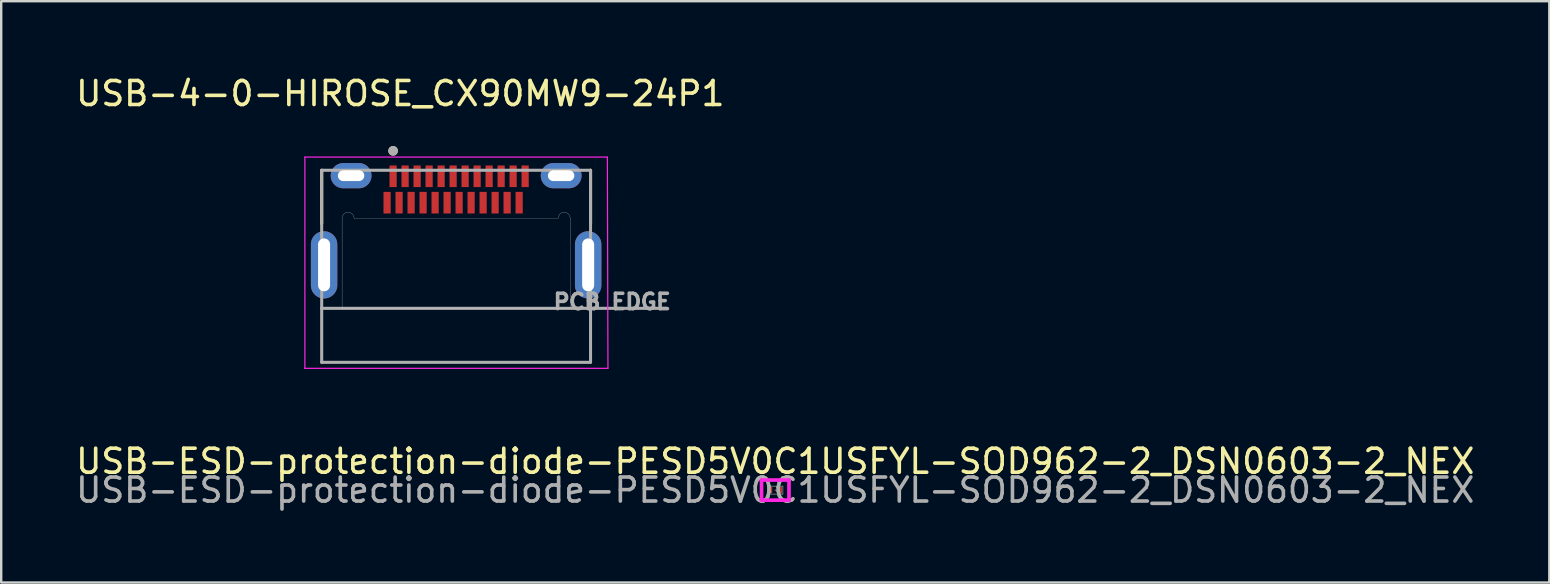
<source format=kicad_pcb>
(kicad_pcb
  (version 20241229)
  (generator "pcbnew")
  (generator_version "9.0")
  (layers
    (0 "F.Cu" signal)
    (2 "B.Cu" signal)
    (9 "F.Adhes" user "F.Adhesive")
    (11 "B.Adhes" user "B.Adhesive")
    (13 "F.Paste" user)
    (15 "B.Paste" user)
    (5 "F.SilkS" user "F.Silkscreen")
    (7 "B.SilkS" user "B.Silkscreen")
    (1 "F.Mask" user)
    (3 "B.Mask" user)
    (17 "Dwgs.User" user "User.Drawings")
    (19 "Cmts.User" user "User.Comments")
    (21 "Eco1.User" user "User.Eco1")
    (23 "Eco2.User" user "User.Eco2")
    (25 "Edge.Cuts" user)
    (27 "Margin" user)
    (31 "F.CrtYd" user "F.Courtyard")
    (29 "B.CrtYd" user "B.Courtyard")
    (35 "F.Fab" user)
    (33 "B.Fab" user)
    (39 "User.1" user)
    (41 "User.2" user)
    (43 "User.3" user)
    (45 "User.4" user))
  (footprint "USB-4-0-HIROSE_CX90MW9-24P1"
    (layer "F.Cu")
    (at 15.95 7.983)
    (property "Reference" "USB-4-0-HIROSE_CX90MW9-24P1" (at -2.325 -7.135 0) (layer "F.SilkS") (effects (font (size 1 1) (thickness 0.15))))
    (attr smd)
    (fp_poly (pts (xy -3.075 -3.09) (xy -2.675 -3.09) (xy -2.675 -2.09) (xy -3.075 -2.09)) (stroke (width 0.01) (type solid)) (fill yes) (layer "F.Mask"))
    (fp_poly (pts (xy -2.825 -4.19) (xy -2.425 -4.19) (xy -2.425 -3.19) (xy -2.825 -3.19)) (stroke (width 0.01) (type solid)) (fill yes) (layer "F.Mask"))
    (fp_poly (pts (xy -2.575 -3.09) (xy -2.175 -3.09) (xy -2.175 -2.09) (xy -2.575 -2.09)) (stroke (width 0.01) (type solid)) (fill yes) (layer "F.Mask"))
    (fp_poly (pts (xy -2.325 -4.19) (xy -1.925 -4.19) (xy -1.925 -3.19) (xy -2.325 -3.19)) (stroke (width 0.01) (type solid)) (fill yes) (layer "F.Mask"))
    (fp_poly (pts (xy -2.075 -3.09) (xy -1.675 -3.09) (xy -1.675 -2.09) (xy -2.075 -2.09)) (stroke (width 0.01) (type solid)) (fill yes) (layer "F.Mask"))
    (fp_poly (pts (xy -1.825 -4.19) (xy -1.425 -4.19) (xy -1.425 -3.19) (xy -1.825 -3.19)) (stroke (width 0.01) (type solid)) (fill yes) (layer "F.Mask"))
    (fp_poly (pts (xy -1.575 -3.09) (xy -1.175 -3.09) (xy -1.175 -2.09) (xy -1.575 -2.09)) (stroke (width 0.01) (type solid)) (fill yes) (layer "F.Mask"))
    (fp_poly (pts (xy -1.325 -4.19) (xy -0.925 -4.19) (xy -0.925 -3.19) (xy -1.325 -3.19)) (stroke (width 0.01) (type solid)) (fill yes) (layer "F.Mask"))
    (fp_poly (pts (xy -1.075 -3.09) (xy -0.675 -3.09) (xy -0.675 -2.09) (xy -1.075 -2.09)) (stroke (width 0.01) (type solid)) (fill yes) (layer "F.Mask"))
    (fp_poly (pts (xy -0.825 -4.19) (xy -0.425 -4.19) (xy -0.425 -3.19) (xy -0.825 -3.19)) (stroke (width 0.01) (type solid)) (fill yes) (layer "F.Mask"))
    (fp_poly (pts (xy -0.575 -3.09) (xy -0.175 -3.09) (xy -0.175 -2.09) (xy -0.575 -2.09)) (stroke (width 0.01) (type solid)) (fill yes) (layer "F.Mask"))
    (fp_poly (pts (xy -0.325 -4.19) (xy 0.075 -4.19) (xy 0.075 -3.19) (xy -0.325 -3.19)) (stroke (width 0.01) (type solid)) (fill yes) (layer "F.Mask"))
    (fp_poly (pts (xy -0.075 -3.09) (xy 0.325 -3.09) (xy 0.325 -2.09) (xy -0.075 -2.09)) (stroke (width 0.01) (type solid)) (fill yes) (layer "F.Mask"))
    (fp_poly (pts (xy 0.175 -4.19) (xy 0.575 -4.19) (xy 0.575 -3.19) (xy 0.175 -3.19)) (stroke (width 0.01) (type solid)) (fill yes) (layer "F.Mask"))
    (fp_poly (pts (xy 0.425 -3.09) (xy 0.825 -3.09) (xy 0.825 -2.09) (xy 0.425 -2.09)) (stroke (width 0.01) (type solid)) (fill yes) (layer "F.Mask"))
    (fp_poly (pts (xy 0.675 -4.19) (xy 1.075 -4.19) (xy 1.075 -3.19) (xy 0.675 -3.19)) (stroke (width 0.01) (type solid)) (fill yes) (layer "F.Mask"))
    (fp_poly (pts (xy 0.925 -3.09) (xy 1.325 -3.09) (xy 1.325 -2.09) (xy 0.925 -2.09)) (stroke (width 0.01) (type solid)) (fill yes) (layer "F.Mask"))
    (fp_poly (pts (xy 1.175 -4.19) (xy 1.575 -4.19) (xy 1.575 -3.19) (xy 1.175 -3.19)) (stroke (width 0.01) (type solid)) (fill yes) (layer "F.Mask"))
    (fp_poly (pts (xy 1.425 -3.09) (xy 1.825 -3.09) (xy 1.825 -2.09) (xy 1.425 -2.09)) (stroke (width 0.01) (type solid)) (fill yes) (layer "F.Mask"))
    (fp_poly (pts (xy 1.675 -4.19) (xy 2.075 -4.19) (xy 2.075 -3.19) (xy 1.675 -3.19)) (stroke (width 0.01) (type solid)) (fill yes) (layer "F.Mask"))
    (fp_poly (pts (xy 1.925 -3.09) (xy 2.325 -3.09) (xy 2.325 -2.09) (xy 1.925 -2.09)) (stroke (width 0.01) (type solid)) (fill yes) (layer "F.Mask"))
    (fp_poly (pts (xy 2.175 -4.19) (xy 2.575 -4.19) (xy 2.575 -3.19) (xy 2.175 -3.19)) (stroke (width 0.01) (type solid)) (fill yes) (layer "F.Mask"))
    (fp_poly (pts (xy 2.425 -3.09) (xy 2.825 -3.09) (xy 2.825 -2.09) (xy 2.425 -2.09)) (stroke (width 0.01) (type solid)) (fill yes) (layer "F.Mask"))
    (fp_poly (pts (xy 2.675 -4.19) (xy 3.075 -4.19) (xy 3.075 -3.19) (xy 2.675 -3.19)) (stroke (width 0.01) (type solid)) (fill yes) (layer "F.Mask"))
    (fp_line (start -5.6 -1.72) (end -5.6 -3.94) (stroke (width 0.127) (type solid)) (layer "F.SilkS"))
    (fp_line (start 5.6 -3.94) (end 5.6 -1.72) (stroke (width 0.127) (type solid)) (layer "F.SilkS"))
    (fp_circle (center -2.625 -4.75) (end -2.525 -4.75) (stroke (width 0.2) (type solid)) (fill no) (layer "F.SilkS"))
    (fp_line (start -4.75 -1.94) (end -4.75 1.81) (stroke (width 0.01) (type solid)) (layer "Edge.Cuts"))
    (fp_line (start -4.75 1.81) (end 4.75 1.81) (stroke (width 0.01) (type solid)) (layer "Edge.Cuts"))
    (fp_line (start 4.25 -1.94) (end -4.25 -1.94) (stroke (width 0.01) (type solid)) (layer "Edge.Cuts"))
    (fp_line (start 4.75 1.81) (end 4.75 -1.94) (stroke (width 0.01) (type solid)) (layer "Edge.Cuts"))
    (fp_arc (start -4.75 -1.94) (mid -4.676777 -2.116777) (end -4.5 -2.19) (stroke (width 0.01) (type solid)) (layer "Edge.Cuts"))
    (fp_arc (start -4.5 -2.19) (mid -4.323223 -2.116777) (end -4.25 -1.94) (stroke (width 0.01) (type solid)) (layer "Edge.Cuts"))
    (fp_arc (start 4.25 -1.94) (mid 4.323223 -2.116777) (end 4.5 -2.19) (stroke (width 0.01) (type solid)) (layer "Edge.Cuts"))
    (fp_arc (start 4.5 -2.19) (mid 4.676777 -2.116777) (end 4.75 -1.94) (stroke (width 0.01) (type solid)) (layer "Edge.Cuts"))
    (fp_line (start -6.3 -4.49) (end 6.3 -4.49) (stroke (width 0.05) (type solid)) (layer "F.CrtYd"))
    (fp_line (start -6.3 4.31) (end -6.3 -4.49) (stroke (width 0.05) (type solid)) (layer "F.CrtYd"))
    (fp_line (start 6.3 -4.49) (end 6.325 4.31) (stroke (width 0.05) (type solid)) (layer "F.CrtYd"))
    (fp_line (start 6.325 4.31) (end -6.3 4.31) (stroke (width 0.05) (type solid)) (layer "F.CrtYd"))
    (fp_line (start -5.6 -3.94) (end 5.6 -3.94) (stroke (width 0.127) (type solid)) (layer "F.Fab"))
    (fp_line (start -5.6 1.81) (end -5.6 -3.94) (stroke (width 0.127) (type solid)) (layer "F.Fab"))
    (fp_line (start -5.6 1.81) (end 8.75 1.81) (stroke (width 0.127) (type solid)) (layer "F.Fab"))
    (fp_line (start -5.6 4.06) (end -5.6 1.81) (stroke (width 0.127) (type solid)) (layer "F.Fab"))
    (fp_line (start 5.6 -3.94) (end 5.6 4.06) (stroke (width 0.127) (type solid)) (layer "F.Fab"))
    (fp_line (start 5.6 4.06) (end -5.6 4.06) (stroke (width 0.127) (type solid)) (layer "F.Fab"))
    (fp_circle (center -2.625 -4.75) (end -2.525 -4.75) (stroke (width 0.2) (type solid)) (fill no) (layer "F.Fab"))
    (fp_text user "PCB EDGE" (at 6.5 1.535 0) (layer "F.Fab") (effects (font (size 0.64 0.64) (thickness 0.15))))
    (pad "A1" smd rect (at -2.625 -3.69) (size 0.3 0.9) (layers "F.Cu" "F.Paste"))
    (pad "A2" smd rect (at -2.125 -3.69) (size 0.3 0.9) (layers "F.Cu" "F.Paste"))
    (pad "A3" smd rect (at -1.625 -3.69) (size 0.3 0.9) (layers "F.Cu" "F.Paste"))
    (pad "A4" smd rect (at -1.125 -3.69) (size 0.3 0.9) (layers "F.Cu" "F.Paste"))
    (pad "A5" smd rect (at -0.625 -3.69) (size 0.3 0.9) (layers "F.Cu" "F.Paste"))
    (pad "A6" smd rect (at -0.125 -3.69) (size 0.3 0.9) (layers "F.Cu" "F.Paste"))
    (pad "A7" smd rect (at 0.375 -3.69) (size 0.3 0.9) (layers "F.Cu" "F.Paste"))
    (pad "A8" smd rect (at 0.875 -3.69) (size 0.3 0.9) (layers "F.Cu" "F.Paste"))
    (pad "A9" smd rect (at 1.375 -3.69) (size 0.3 0.9) (layers "F.Cu" "F.Paste"))
    (pad "A10" smd rect (at 1.875 -3.69) (size 0.3 0.9) (layers "F.Cu" "F.Paste"))
    (pad "A11" smd rect (at 2.375 -3.69) (size 0.3 0.9) (layers "F.Cu" "F.Paste"))
    (pad "A12" smd rect (at 2.875 -3.69) (size 0.3 0.9) (layers "F.Cu" "F.Paste"))
    (pad "B1" smd rect (at 2.625 -2.59) (size 0.3 0.9) (layers "F.Cu" "F.Paste"))
    (pad "B2" smd rect (at 2.125 -2.59) (size 0.3 0.9) (layers "F.Cu" "F.Paste"))
    (pad "B3" smd rect (at 1.625 -2.59) (size 0.3 0.9) (layers "F.Cu" "F.Paste"))
    (pad "B4" smd rect (at 1.125 -2.59) (size 0.3 0.9) (layers "F.Cu" "F.Paste"))
    (pad "B5" smd rect (at 0.625 -2.59) (size 0.3 0.9) (layers "F.Cu" "F.Paste"))
    (pad "B6" smd rect (at 0.125 -2.59) (size 0.3 0.9) (layers "F.Cu" "F.Paste"))
    (pad "B7" smd rect (at -0.375 -2.59) (size 0.3 0.9) (layers "F.Cu" "F.Paste"))
    (pad "B8" smd rect (at -0.875 -2.59) (size 0.3 0.9) (layers "F.Cu" "F.Paste"))
    (pad "B9" smd rect (at -1.375 -2.59) (size 0.3 0.9) (layers "F.Cu" "F.Paste"))
    (pad "B10" smd rect (at -1.875 -2.59) (size 0.3 0.9) (layers "F.Cu" "F.Paste"))
    (pad "B11" smd rect (at -2.375 -2.59) (size 0.3 0.9) (layers "F.Cu" "F.Paste"))
    (pad "B12" smd rect (at -2.875 -2.59) (size 0.3 0.9) (layers "F.Cu" "F.Paste"))
    (pad "SH1" thru_hole oval (at -4.375 -3.715) (size 1.7 1.05) (drill oval 1.1 0.45) (layers "*.Cu" "*.Mask"))
    (pad "SH2" thru_hole oval (at 4.375 -3.715) (size 1.7 1.05) (drill oval 1.1 0.45) (layers "*.Cu" "*.Mask"))
    (pad "SH3" thru_hole oval (at -5.5 0) (size 1.1 2.8) (drill oval 0.5 2.2) (layers "*.Cu" "*.Mask"))
    (pad "SH4" thru_hole oval (at 5.5 0) (size 1.1 2.8) (drill oval 0.5 2.2) (layers "*.Cu" "*.Mask")))
  (footprint "USB-ESD-protection-diode-PESD5V0C1USFYL-SOD962-2_DSN0603-2_NEX"
    (layer "F.Cu")
    (at 29.244 17.366)
    (property "Reference" "USB-ESD-protection-diode-PESD5V0C1USFYL-SOD962-2_DSN0603-2_NEX" (at 0 -1.2 0) (unlocked yes) (layer "F.SilkS") (effects (font (size 1 1) (thickness 0.15))))
    (attr smd)
    (fp_line (start -0.572 -0.419) (end 0.572 -0.419) (stroke (width 0.152) (type solid)) (layer "F.CrtYd"))
    (fp_line (start -0.572 -0.381) (end -0.572 -0.419) (stroke (width 0.152) (type solid)) (layer "F.CrtYd"))
    (fp_line (start -0.572 -0.381) (end -0.572 -0.381) (stroke (width 0.152) (type solid)) (layer "F.CrtYd"))
    (fp_line (start -0.572 0.381) (end -0.572 -0.381) (stroke (width 0.152) (type solid)) (layer "F.CrtYd"))
    (fp_line (start -0.572 0.381) (end -0.572 0.381) (stroke (width 0.152) (type solid)) (layer "F.CrtYd"))
    (fp_line (start -0.572 0.419) (end -0.572 0.381) (stroke (width 0.152) (type solid)) (layer "F.CrtYd"))
    (fp_line (start 0.572 -0.419) (end 0.572 -0.381) (stroke (width 0.152) (type solid)) (layer "F.CrtYd"))
    (fp_line (start 0.572 -0.381) (end 0.572 -0.381) (stroke (width 0.152) (type solid)) (layer "F.CrtYd"))
    (fp_line (start 0.572 -0.381) (end 0.572 0.381) (stroke (width 0.152) (type solid)) (layer "F.CrtYd"))
    (fp_line (start 0.572 0.381) (end 0.572 0.381) (stroke (width 0.152) (type solid)) (layer "F.CrtYd"))
    (fp_line (start 0.572 0.381) (end 0.572 0.419) (stroke (width 0.152) (type solid)) (layer "F.CrtYd"))
    (fp_line (start 0.572 0.419) (end -0.572 0.419) (stroke (width 0.152) (type solid)) (layer "F.CrtYd"))
    (fp_line (start -0.318 -0.165) (end -0.318 0.165) (stroke (width 0.025) (type solid)) (layer "F.Fab"))
    (fp_line (start -0.318 0.165) (end 0.318 0.165) (stroke (width 0.025) (type solid)) (layer "F.Fab"))
    (fp_line (start 0.318 -0.165) (end -0.318 -0.165) (stroke (width 0.025) (type solid)) (layer "F.Fab"))
    (fp_line (start 0.318 0.165) (end 0.318 -0.165) (stroke (width 0.025) (type solid)) (layer "F.Fab"))
    (fp_circle (center 0 0) (end 0 0) (stroke (width 0.025) (type solid)) (fill no) (layer "F.Fab"))
    (fp_text user "${REFERENCE}" (at 0 0 0) (unlocked yes) (layer "F.Fab") (effects (font (size 1 1) (thickness 0.15))))
    (pad "1" smd rect (at -0.203 0) (size 0.152 0.254) (layers "F.Cu" "F.Mask" "F.Paste"))
    (pad "2" smd rect (at 0.203 0) (size 0.152 0.254) (layers "F.Cu" "F.Mask" "F.Paste")))
  (gr_rect
    (start -3 -3)
    (end 61.488 21.215)
    (stroke (width 0.1) (type default))
    (fill no)
    (layer "Edge.Cuts")))
</source>
